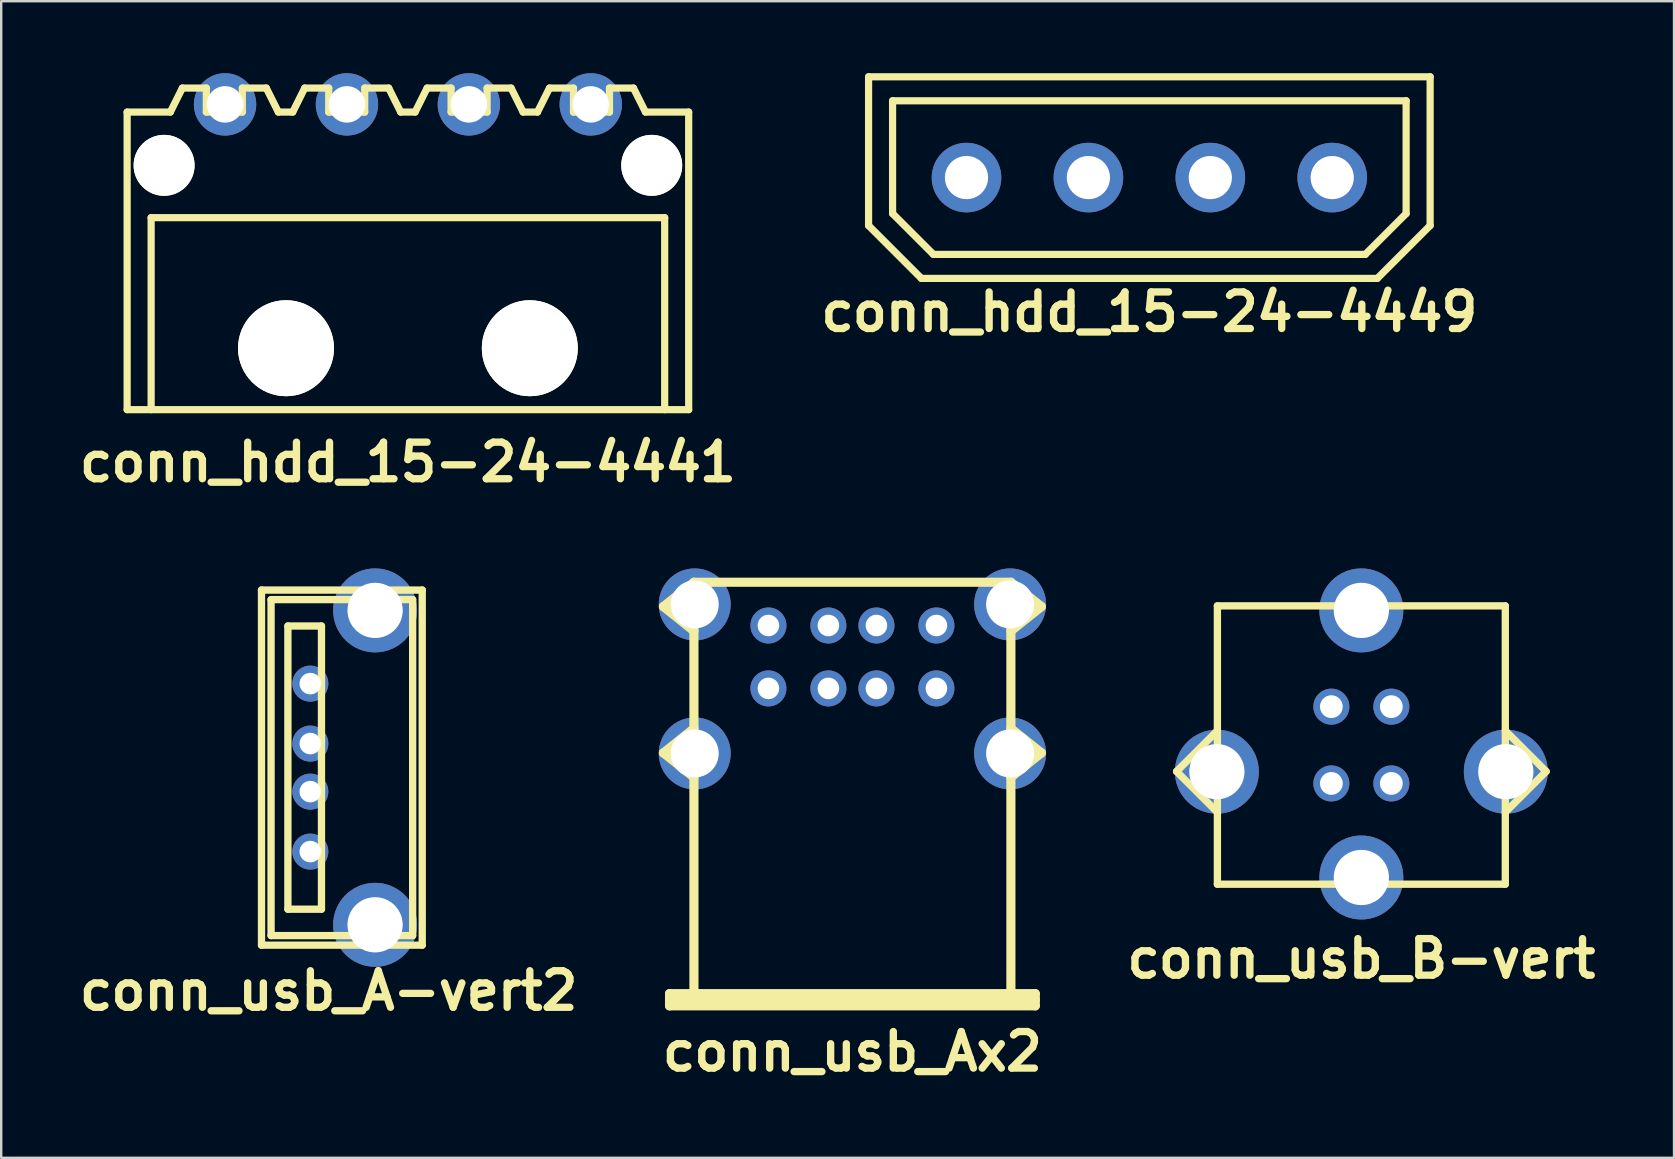
<source format=kicad_pcb>
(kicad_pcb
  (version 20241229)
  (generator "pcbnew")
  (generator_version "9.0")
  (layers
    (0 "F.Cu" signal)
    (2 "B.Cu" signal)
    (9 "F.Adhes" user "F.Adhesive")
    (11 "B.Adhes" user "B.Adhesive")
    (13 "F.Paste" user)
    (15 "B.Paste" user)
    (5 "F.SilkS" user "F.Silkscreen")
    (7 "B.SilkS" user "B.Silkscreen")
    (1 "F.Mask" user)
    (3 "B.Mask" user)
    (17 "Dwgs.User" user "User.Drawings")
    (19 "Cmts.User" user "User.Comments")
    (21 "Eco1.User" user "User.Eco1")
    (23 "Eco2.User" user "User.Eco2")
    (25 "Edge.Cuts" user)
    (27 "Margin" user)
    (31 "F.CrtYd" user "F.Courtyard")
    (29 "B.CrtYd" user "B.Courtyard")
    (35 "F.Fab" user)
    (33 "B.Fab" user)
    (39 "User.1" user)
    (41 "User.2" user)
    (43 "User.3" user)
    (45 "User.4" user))
  (footprint "conn_hdd_15-24-4449"
    (layer "F.Cu")
    (at 44.845 4.35)
    (property "Reference" "conn_hdd_15-24-4449" (at 0 5.6 0) (layer "F.SilkS") (effects (font (size 1.524 1.524) (thickness 0.305))))
    (attr through_hole)
    (fp_line (start -11.7 -4.2) (end -11.7 2) (stroke (width 0.3) (type solid)) (layer "F.SilkS"))
    (fp_line (start -11.7 -4.2) (end 11.7 -4.2) (stroke (width 0.3) (type solid)) (layer "F.SilkS"))
    (fp_line (start -10.7 -3.2) (end -10.7 1.5) (stroke (width 0.3) (type solid)) (layer "F.SilkS"))
    (fp_line (start -10.7 -3.2) (end 10.7 -3.2) (stroke (width 0.3) (type solid)) (layer "F.SilkS"))
    (fp_line (start -9.5 4.2) (end -11.7 2) (stroke (width 0.3) (type solid)) (layer "F.SilkS"))
    (fp_line (start -9.5 4.2) (end 9.5 4.2) (stroke (width 0.3) (type solid)) (layer "F.SilkS"))
    (fp_line (start -9 3.2) (end -10.7 1.5) (stroke (width 0.3) (type solid)) (layer "F.SilkS"))
    (fp_line (start -9 3.2) (end 9 3.2) (stroke (width 0.3) (type solid)) (layer "F.SilkS"))
    (fp_line (start 9 3.2) (end 10.7 1.5) (stroke (width 0.3) (type solid)) (layer "F.SilkS"))
    (fp_line (start 9.5 4.2) (end 11.7 2) (stroke (width 0.3) (type solid)) (layer "F.SilkS"))
    (fp_line (start 10.7 -3.2) (end 10.7 1.5) (stroke (width 0.3) (type solid)) (layer "F.SilkS"))
    (fp_line (start 11.7 -4.2) (end 11.7 2) (stroke (width 0.3) (type solid)) (layer "F.SilkS"))
    (pad "1" thru_hole circle (at -7.62 0) (size 2.9 2.9) (drill 1.8) (layers "*.Cu" "*.Mask"))
    (pad "2" thru_hole circle (at -2.54 0) (size 2.9 2.9) (drill 1.8) (layers "*.Cu" "*.Mask"))
    (pad "3" thru_hole circle (at 2.54 0) (size 2.9 2.9) (drill 1.8) (layers "*.Cu" "*.Mask"))
    (pad "4" thru_hole circle (at 7.62 0) (size 2.9 2.9) (drill 1.8) (layers "*.Cu" "*.Mask")))
  (footprint "conn_hdd_15-24-4441"
    (layer "F.Cu")
    (at 13.948 7.32)
    (property "Reference" "conn_hdd_15-24-4441" (at 0 8.89 0) (layer "F.SilkS") (effects (font (size 1.524 1.524) (thickness 0.305))))
    (attr through_hole)
    (fp_line (start -11.7 -5.7) (end -11.7 6.7) (stroke (width 0.3) (type solid)) (layer "F.SilkS"))
    (fp_line (start -11.7 6.7) (end 11.7 6.7) (stroke (width 0.3) (type solid)) (layer "F.SilkS"))
    (fp_line (start -10.7 -1.3) (end -10.7 6.7) (stroke (width 0.3) (type solid)) (layer "F.SilkS"))
    (fp_line (start -10.7 -1.3) (end 10.7 -1.3) (stroke (width 0.3) (type solid)) (layer "F.SilkS"))
    (fp_line (start -9.9 -5.7) (end -11.7 -5.7) (stroke (width 0.3) (type solid)) (layer "F.SilkS"))
    (fp_line (start -9.4 -6.7) (end -9.9 -5.7) (stroke (width 0.3) (type solid)) (layer "F.SilkS"))
    (fp_line (start -8.4 -6.7) (end -9.4 -6.7) (stroke (width 0.3) (type solid)) (layer "F.SilkS"))
    (fp_line (start -8.4 -5.7) (end -8.4 -6.7) (stroke (width 0.3) (type solid)) (layer "F.SilkS"))
    (fp_line (start -6.9 -6.7) (end -5.9 -6.7) (stroke (width 0.3) (type solid)) (layer "F.SilkS"))
    (fp_line (start -6.9 -5.7) (end -8.4 -5.7) (stroke (width 0.3) (type solid)) (layer "F.SilkS"))
    (fp_line (start -6.9 -5.7) (end -6.9 -6.7) (stroke (width 0.3) (type solid)) (layer "F.SilkS"))
    (fp_line (start -5.9 -6.7) (end -5.4 -5.7) (stroke (width 0.3) (type solid)) (layer "F.SilkS"))
    (fp_line (start -4.8 -5.7) (end -5.4 -5.7) (stroke (width 0.3) (type solid)) (layer "F.SilkS"))
    (fp_line (start -4.3 -6.7) (end -4.8 -5.7) (stroke (width 0.3) (type solid)) (layer "F.SilkS"))
    (fp_line (start -3.3 -6.7) (end -4.3 -6.7) (stroke (width 0.3) (type solid)) (layer "F.SilkS"))
    (fp_line (start -3.3 -5.7) (end -3.3 -6.7) (stroke (width 0.3) (type solid)) (layer "F.SilkS"))
    (fp_line (start -1.8 -6.7) (end -0.8 -6.7) (stroke (width 0.3) (type solid)) (layer "F.SilkS"))
    (fp_line (start -1.8 -5.7) (end -3.3 -5.7) (stroke (width 0.3) (type solid)) (layer "F.SilkS"))
    (fp_line (start -1.8 -5.7) (end -1.8 -6.7) (stroke (width 0.3) (type solid)) (layer "F.SilkS"))
    (fp_line (start -0.8 -6.7) (end -0.3 -5.7) (stroke (width 0.3) (type solid)) (layer "F.SilkS"))
    (fp_line (start 0.3 -5.7) (end -0.3 -5.7) (stroke (width 0.3) (type solid)) (layer "F.SilkS"))
    (fp_line (start 0.8 -6.7) (end 0.3 -5.7) (stroke (width 0.3) (type solid)) (layer "F.SilkS"))
    (fp_line (start 1.8 -6.7) (end 0.8 -6.7) (stroke (width 0.3) (type solid)) (layer "F.SilkS"))
    (fp_line (start 1.8 -5.7) (end 1.8 -6.7) (stroke (width 0.3) (type solid)) (layer "F.SilkS"))
    (fp_line (start 3.3 -6.7) (end 4.3 -6.7) (stroke (width 0.3) (type solid)) (layer "F.SilkS"))
    (fp_line (start 3.3 -5.7) (end 1.8 -5.7) (stroke (width 0.3) (type solid)) (layer "F.SilkS"))
    (fp_line (start 3.3 -5.7) (end 3.3 -6.7) (stroke (width 0.3) (type solid)) (layer "F.SilkS"))
    (fp_line (start 4.3 -6.7) (end 4.8 -5.7) (stroke (width 0.3) (type solid)) (layer "F.SilkS"))
    (fp_line (start 5.4 -5.7) (end 4.8 -5.7) (stroke (width 0.3) (type solid)) (layer "F.SilkS"))
    (fp_line (start 5.9 -6.7) (end 5.4 -5.7) (stroke (width 0.3) (type solid)) (layer "F.SilkS"))
    (fp_line (start 6.9 -6.7) (end 5.9 -6.7) (stroke (width 0.3) (type solid)) (layer "F.SilkS"))
    (fp_line (start 6.9 -5.7) (end 6.9 -6.7) (stroke (width 0.3) (type solid)) (layer "F.SilkS"))
    (fp_line (start 8.4 -6.7) (end 9.4 -6.7) (stroke (width 0.3) (type solid)) (layer "F.SilkS"))
    (fp_line (start 8.4 -5.7) (end 6.9 -5.7) (stroke (width 0.3) (type solid)) (layer "F.SilkS"))
    (fp_line (start 8.4 -5.7) (end 8.4 -6.7) (stroke (width 0.3) (type solid)) (layer "F.SilkS"))
    (fp_line (start 9.4 -6.7) (end 9.9 -5.7) (stroke (width 0.3) (type solid)) (layer "F.SilkS"))
    (fp_line (start 10.7 -1.3) (end 10.7 6.7) (stroke (width 0.3) (type solid)) (layer "F.SilkS"))
    (fp_line (start 11.7 -5.7) (end 9.9 -5.7) (stroke (width 0.3) (type solid)) (layer "F.SilkS"))
    (fp_line (start 11.7 -5.7) (end 11.7 6.7) (stroke (width 0.3) (type solid)) (layer "F.SilkS"))
    (pad "" np_thru_hole circle (at -10.16 -3.48) (size 2.54 2.54) (drill 2.54) (layers "*.Cu" "*.Mask" "F.SilkS"))
    (pad "" np_thru_hole circle (at -5.08 4.14) (size 4 4) (drill 4) (layers "*.Cu" "*.Mask" "F.SilkS"))
    (pad "" np_thru_hole circle (at 5.08 4.14) (size 4 4) (drill 4) (layers "*.Cu" "*.Mask" "F.SilkS"))
    (pad "" np_thru_hole circle (at 10.16 -3.48) (size 2.54 2.54) (drill 2.54) (layers "*.Cu" "*.Mask" "F.SilkS"))
    (pad "1" thru_hole circle (at -7.62 -6.02) (size 2.6 2.6) (drill 1.52) (layers "*.Cu" "*.Mask"))
    (pad "2" thru_hole circle (at -2.54 -6.02) (size 2.6 2.6) (drill 1.52) (layers "*.Cu" "*.Mask"))
    (pad "3" thru_hole circle (at 2.54 -6.02) (size 2.6 2.6) (drill 1.52) (layers "*.Cu" "*.Mask"))
    (pad "4" thru_hole circle (at 7.62 -6.02) (size 2.6 2.6) (drill 1.52) (layers "*.Cu" "*.Mask")))
  (footprint "conn_usb_Ax2"
    (layer "F.Cu")
    (at 32.471 30.102)
    (property "Reference" "conn_usb_Ax2" (at 0 10.668 0) (layer "F.SilkS") (effects (font (size 1.524 1.524) (thickness 0.305))))
    (attr through_hole)
    (fp_line (start -7.874 -7.874) (end -6.604 -6.858) (stroke (width 0.381) (type solid)) (layer "F.SilkS"))
    (fp_line (start -7.874 -1.778) (end -6.604 -0.762) (stroke (width 0.381) (type solid)) (layer "F.SilkS"))
    (fp_line (start -7.62 8.255) (end -7.62 8.763) (stroke (width 0.381) (type solid)) (layer "F.SilkS"))
    (fp_line (start -7.62 8.255) (end 7.62 8.255) (stroke (width 0.381) (type solid)) (layer "F.SilkS"))
    (fp_line (start -7.62 8.509) (end 7.62 8.509) (stroke (width 0.381) (type solid)) (layer "F.SilkS"))
    (fp_line (start -6.604 -8.89) (end -7.874 -7.874) (stroke (width 0.381) (type solid)) (layer "F.SilkS"))
    (fp_line (start -6.604 -8.636) (end -6.604 8.636) (stroke (width 0.381) (type solid)) (layer "F.SilkS"))
    (fp_line (start -6.604 -2.794) (end -7.874 -1.778) (stroke (width 0.381) (type solid)) (layer "F.SilkS"))
    (fp_line (start 6.604 -8.89) (end -6.604 -8.89) (stroke (width 0.381) (type solid)) (layer "F.SilkS"))
    (fp_line (start 6.604 -8.89) (end 7.874 -7.874) (stroke (width 0.381) (type solid)) (layer "F.SilkS"))
    (fp_line (start 6.604 -2.794) (end 7.874 -1.778) (stroke (width 0.381) (type solid)) (layer "F.SilkS"))
    (fp_line (start 6.604 8.636) (end 6.604 -8.636) (stroke (width 0.381) (type solid)) (layer "F.SilkS"))
    (fp_line (start 7.62 8.255) (end 7.62 8.763) (stroke (width 0.381) (type solid)) (layer "F.SilkS"))
    (fp_line (start 7.62 8.763) (end -7.62 8.763) (stroke (width 0.381) (type solid)) (layer "F.SilkS"))
    (fp_line (start 7.874 -7.874) (end 6.604 -6.858) (stroke (width 0.381) (type solid)) (layer "F.SilkS"))
    (fp_line (start 7.874 -1.778) (end 6.604 -0.762) (stroke (width 0.381) (type solid)) (layer "F.SilkS"))
    (pad "" thru_hole circle (at -6.571 -7.965) (size 3 3) (drill 1.999) (layers "*.Cu" "*.Mask"))
    (pad "" thru_hole circle (at -6.571 -1.755) (size 3 3) (drill 1.999) (layers "*.Cu" "*.Mask"))
    (pad "" thru_hole circle (at 6.571 -7.965) (size 3 3) (drill 1.999) (layers "*.Cu" "*.Mask"))
    (pad "" thru_hole circle (at 6.571 -1.755) (size 3 3) (drill 1.999) (layers "*.Cu" "*.Mask"))
    (pad "1" thru_hole circle (at -3.5 -4.465) (size 1.501 1.501) (drill 0.899) (layers "*.Cu" "*.Mask"))
    (pad "2" thru_hole circle (at -1.001 -4.465) (size 1.501 1.501) (drill 0.899) (layers "*.Cu" "*.Mask"))
    (pad "3" thru_hole circle (at 1.001 -4.465) (size 1.501 1.501) (drill 0.899) (layers "*.Cu" "*.Mask"))
    (pad "4" thru_hole circle (at 3.5 -4.465) (size 1.501 1.501) (drill 0.899) (layers "*.Cu" "*.Mask"))
    (pad "5" thru_hole circle (at -3.5 -7.087) (size 1.501 1.501) (drill 0.899) (layers "*.Cu" "*.Mask"))
    (pad "6" thru_hole circle (at -1.001 -7.087) (size 1.501 1.501) (drill 0.899) (layers "*.Cu" "*.Mask"))
    (pad "7" thru_hole circle (at 1.001 -7.087) (size 1.501 1.501) (drill 0.899) (layers "*.Cu" "*.Mask"))
    (pad "8" thru_hole circle (at 3.5 -7.087) (size 1.501 1.501) (drill 0.899) (layers "*.Cu" "*.Mask")))
  (footprint "conn_usb_A-vert2"
    (layer "F.Cu")
    (at 10.646 28.937)
    (property "Reference" "conn_usb_A-vert2" (at 0 9.299 0) (layer "F.SilkS") (effects (font (size 1.524 1.524) (thickness 0.305))))
    (attr through_hole)
    (fp_line (start -2.799 -7.399) (end -2.799 7.399) (stroke (width 0.305) (type solid)) (layer "F.SilkS"))
    (fp_line (start -2.799 7.399) (end 3.899 7.399) (stroke (width 0.305) (type solid)) (layer "F.SilkS"))
    (fp_line (start -2.4 -7) (end 3.5 -7) (stroke (width 0.305) (type solid)) (layer "F.SilkS"))
    (fp_line (start -2.4 7) (end -2.4 -7) (stroke (width 0.305) (type solid)) (layer "F.SilkS"))
    (fp_line (start -1.699 -5.9) (end -0.3 -5.9) (stroke (width 0.305) (type solid)) (layer "F.SilkS"))
    (fp_line (start -1.699 5.9) (end -1.699 -5.9) (stroke (width 0.305) (type solid)) (layer "F.SilkS"))
    (fp_line (start -0.3 -5.9) (end -0.3 5.9) (stroke (width 0.305) (type solid)) (layer "F.SilkS"))
    (fp_line (start -0.3 5.9) (end -1.699 5.9) (stroke (width 0.305) (type solid)) (layer "F.SilkS"))
    (fp_line (start 3.5 -7) (end 3.5 7) (stroke (width 0.305) (type solid)) (layer "F.SilkS"))
    (fp_line (start 3.5 7) (end -2.4 7) (stroke (width 0.305) (type solid)) (layer "F.SilkS"))
    (fp_line (start 3.899 -7.399) (end -2.799 -7.399) (stroke (width 0.305) (type solid)) (layer "F.SilkS"))
    (fp_line (start 3.899 7.399) (end 3.899 -7.399) (stroke (width 0.305) (type solid)) (layer "F.SilkS"))
    (pad "" thru_hole circle (at 1.935 -6.551) (size 3.5 3.5) (drill 2.301) (layers "*.Cu" "*.Mask"))
    (pad "" thru_hole circle (at 1.935 6.551) (size 3.5 3.5) (drill 2.301) (layers "*.Cu" "*.Mask"))
    (pad "1" thru_hole circle (at -0.765 3.5) (size 1.501 1.501) (drill 0.899) (layers "*.Cu" "*.Mask"))
    (pad "2" thru_hole circle (at -0.765 1.001) (size 1.501 1.501) (drill 0.899) (layers "*.Cu" "*.Mask"))
    (pad "3" thru_hole circle (at -0.765 -1.001) (size 1.501 1.501) (drill 0.899) (layers "*.Cu" "*.Mask"))
    (pad "4" thru_hole circle (at -0.765 -3.5) (size 1.501 1.501) (drill 0.899) (layers "*.Cu" "*.Mask")))
  (footprint "conn_usb_B-vert"
    (layer "F.Cu")
    (at 53.679 27.997)
    (property "Reference" "conn_usb_B-vert" (at 0 8.9 0) (layer "F.SilkS") (effects (font (size 1.524 1.524) (thickness 0.305))))
    (attr through_hole)
    (fp_line (start -7.699 1.1) (end -5.999 2.799) (stroke (width 0.305) (type solid)) (layer "F.SilkS"))
    (fp_line (start -5.999 -5.799) (end 5.999 -5.799) (stroke (width 0.305) (type solid)) (layer "F.SilkS"))
    (fp_line (start -5.999 -0.599) (end -7.699 1.1) (stroke (width 0.305) (type solid)) (layer "F.SilkS"))
    (fp_line (start -5.999 5.799) (end -5.999 -5.799) (stroke (width 0.305) (type solid)) (layer "F.SilkS"))
    (fp_line (start 5.999 -5.799) (end 5.999 5.799) (stroke (width 0.305) (type solid)) (layer "F.SilkS"))
    (fp_line (start 5.999 -0.599) (end 7.699 1.1) (stroke (width 0.305) (type solid)) (layer "F.SilkS"))
    (fp_line (start 5.999 5.799) (end -5.999 5.799) (stroke (width 0.305) (type solid)) (layer "F.SilkS"))
    (fp_line (start 7.699 1.1) (end 5.999 2.799) (stroke (width 0.305) (type solid)) (layer "F.SilkS"))
    (pad "" thru_hole circle (at -6.02 1.11) (size 3.5 3.5) (drill 2.301) (layers "*.Cu" "*.Mask"))
    (pad "" thru_hole circle (at 0 -5.611) (size 3.5 3.5) (drill 2.301) (layers "*.Cu" "*.Mask"))
    (pad "" thru_hole circle (at 0 5.519) (size 3.5 3.5) (drill 2.301) (layers "*.Cu" "*.Mask"))
    (pad "" thru_hole circle (at 6.02 1.11) (size 3.5 3.5) (drill 2.301) (layers "*.Cu" "*.Mask"))
    (pad "1" thru_hole circle (at 1.25 -1.6) (size 1.501 1.501) (drill 0.95) (layers "*.Cu" "*.Mask"))
    (pad "2" thru_hole circle (at -1.25 -1.6) (size 1.501 1.501) (drill 0.95) (layers "*.Cu" "*.Mask"))
    (pad "3" thru_hole circle (at -1.25 1.6) (size 1.501 1.501) (drill 0.95) (layers "*.Cu" "*.Mask"))
    (pad "4" thru_hole circle (at 1.25 1.6) (size 1.501 1.501) (drill 0.95) (layers "*.Cu" "*.Mask")))
  (gr_rect
    (start -3 -3)
    (end 66.709 45.196)
    (stroke (width 0.1) (type default))
    (fill no)
    (layer "Edge.Cuts")))
</source>
